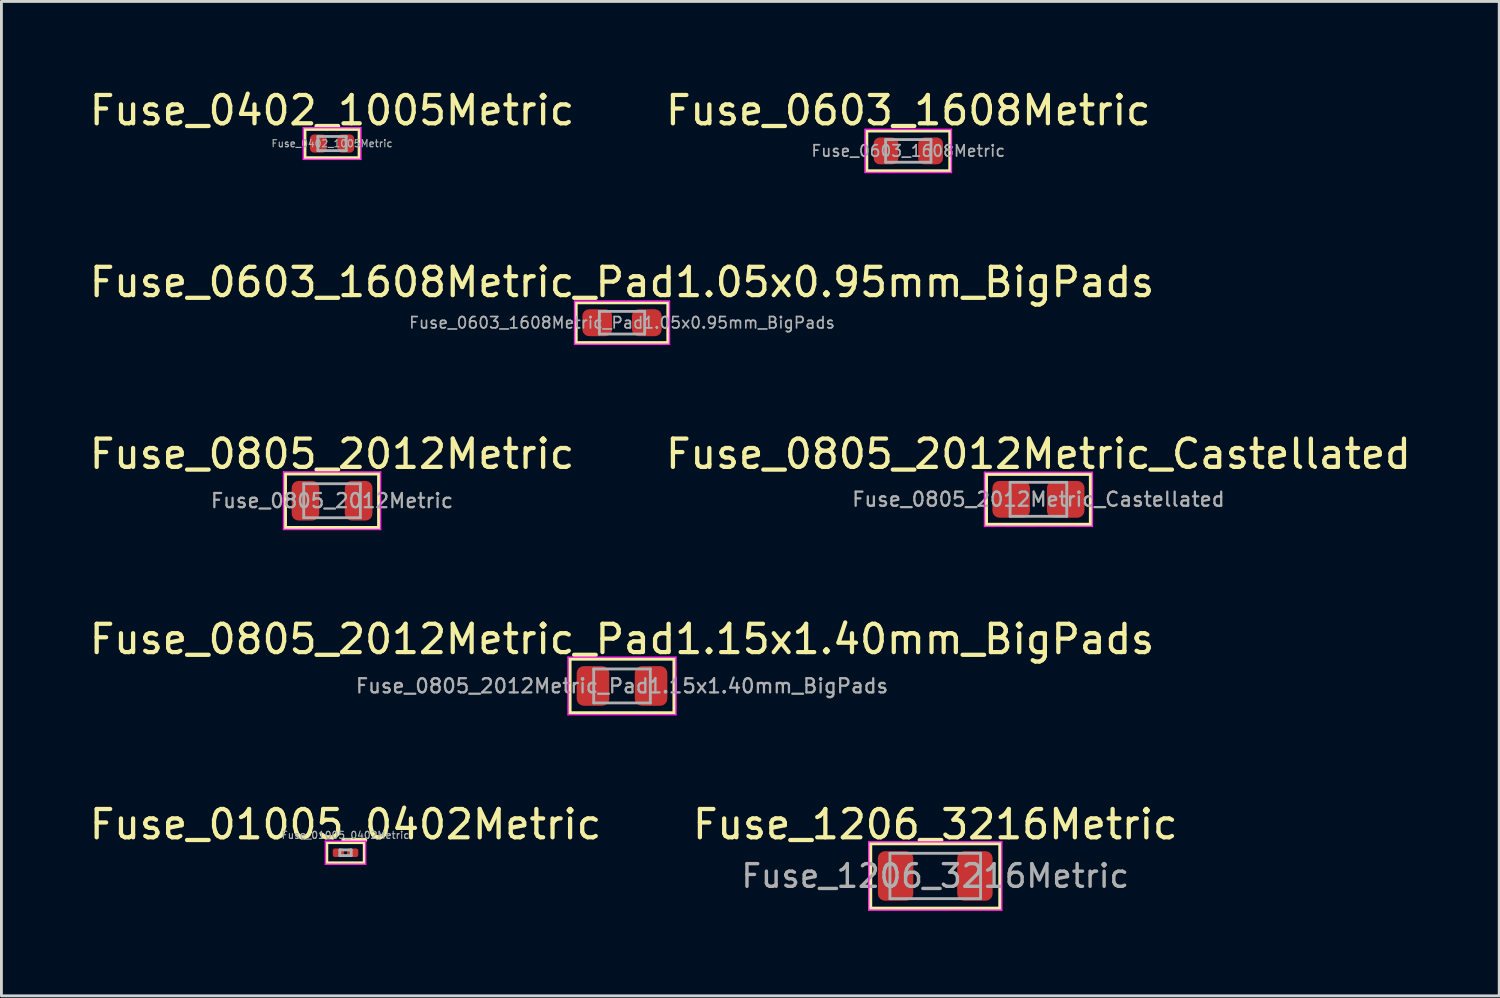
<source format=kicad_pcb>
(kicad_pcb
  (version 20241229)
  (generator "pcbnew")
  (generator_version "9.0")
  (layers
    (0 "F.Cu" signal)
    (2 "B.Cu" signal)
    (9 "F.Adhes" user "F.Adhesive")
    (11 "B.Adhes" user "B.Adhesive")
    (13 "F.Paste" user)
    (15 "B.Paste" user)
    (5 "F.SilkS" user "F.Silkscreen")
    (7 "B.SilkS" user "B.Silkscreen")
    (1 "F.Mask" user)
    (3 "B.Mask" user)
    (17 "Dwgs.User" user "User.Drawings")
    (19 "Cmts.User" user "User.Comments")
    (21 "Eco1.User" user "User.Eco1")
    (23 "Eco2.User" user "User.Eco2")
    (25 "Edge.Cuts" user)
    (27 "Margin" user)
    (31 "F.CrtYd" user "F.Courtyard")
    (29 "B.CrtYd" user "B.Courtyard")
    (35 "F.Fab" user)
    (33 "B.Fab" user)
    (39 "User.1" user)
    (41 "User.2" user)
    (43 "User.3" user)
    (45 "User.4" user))
  (footprint "Fuse_0805_2012Metric_Castellated"
    (layer "F.Cu")
    (at 33.613 14.579)
    (property "Reference" "Fuse_0805_2012Metric_Castellated" (at 0 -1.6 0) (layer "F.SilkS") (effects (font (size 1 1) (thickness 0.15))))
    (attr smd)
    (fp_line (start -1.841 -0.889) (end 1.841 -0.889) (stroke (width 0.12) (type solid)) (layer "F.SilkS"))
    (fp_line (start -1.841 0.889) (end -1.841 -0.889) (stroke (width 0.12) (type solid)) (layer "F.SilkS"))
    (fp_line (start 1.841 -0.889) (end 1.841 0.889) (stroke (width 0.12) (type solid)) (layer "F.SilkS"))
    (fp_line (start 1.841 0.889) (end -1.841 0.889) (stroke (width 0.12) (type solid)) (layer "F.SilkS"))
    (fp_line (start -1.905 -0.953) (end 1.905 -0.953) (stroke (width 0.05) (type solid)) (layer "F.CrtYd"))
    (fp_line (start -1.905 0.953) (end -1.905 -0.953) (stroke (width 0.05) (type solid)) (layer "F.CrtYd"))
    (fp_line (start 1.905 -0.953) (end 1.905 0.953) (stroke (width 0.05) (type solid)) (layer "F.CrtYd"))
    (fp_line (start 1.905 0.953) (end -1.905 0.953) (stroke (width 0.05) (type solid)) (layer "F.CrtYd"))
    (fp_line (start -1 -0.6) (end 1 -0.6) (stroke (width 0.1) (type solid)) (layer "F.Fab"))
    (fp_line (start -1 0.6) (end -1 -0.6) (stroke (width 0.1) (type solid)) (layer "F.Fab"))
    (fp_line (start 1 -0.6) (end 1 0.6) (stroke (width 0.1) (type solid)) (layer "F.Fab"))
    (fp_line (start 1 0.6) (end -1 0.6) (stroke (width 0.1) (type solid)) (layer "F.Fab"))
    (fp_text user "${REFERENCE}" (at 0 0 0) (layer "F.Fab") (effects (font (size 0.5 0.5) (thickness 0.08))))
    (pad "1" smd roundrect (at -0.963 0) (size 1.325 1.3) (layers "F.Cu" "F.Mask" "F.Paste") (roundrect_rratio 0.192))
    (pad "2" smd roundrect (at 0.963 0) (size 1.325 1.3) (layers "F.Cu" "F.Mask" "F.Paste") (roundrect_rratio 0.192)))
  (footprint "Fuse_1206_3216Metric"
    (layer "F.Cu")
    (at 29.97 27.877)
    (property "Reference" "Fuse_1206_3216Metric" (at 0 -1.82 0) (layer "F.SilkS") (effects (font (size 1 1) (thickness 0.15))))
    (attr smd)
    (fp_line (start -2.286 -1.143) (end 2.286 -1.143) (stroke (width 0.12) (type solid)) (layer "F.SilkS"))
    (fp_line (start -2.286 1.143) (end -2.286 -1.143) (stroke (width 0.12) (type solid)) (layer "F.SilkS"))
    (fp_line (start 2.286 -1.143) (end 2.286 1.143) (stroke (width 0.12) (type solid)) (layer "F.SilkS"))
    (fp_line (start 2.286 1.143) (end -2.286 1.143) (stroke (width 0.12) (type solid)) (layer "F.SilkS"))
    (fp_line (start -2.349 -1.206) (end 2.349 -1.206) (stroke (width 0.05) (type solid)) (layer "F.CrtYd"))
    (fp_line (start -2.349 1.206) (end -2.349 -1.206) (stroke (width 0.05) (type solid)) (layer "F.CrtYd"))
    (fp_line (start 2.349 -1.206) (end 2.349 1.206) (stroke (width 0.05) (type solid)) (layer "F.CrtYd"))
    (fp_line (start 2.349 1.206) (end -2.349 1.206) (stroke (width 0.05) (type solid)) (layer "F.CrtYd"))
    (fp_line (start -1.6 -0.8) (end 1.6 -0.8) (stroke (width 0.1) (type solid)) (layer "F.Fab"))
    (fp_line (start -1.6 0.8) (end -1.6 -0.8) (stroke (width 0.1) (type solid)) (layer "F.Fab"))
    (fp_line (start 1.6 -0.8) (end 1.6 0.8) (stroke (width 0.1) (type solid)) (layer "F.Fab"))
    (fp_line (start 1.6 0.8) (end -1.6 0.8) (stroke (width 0.1) (type solid)) (layer "F.Fab"))
    (fp_text user "${REFERENCE}" (at 0 0 0) (layer "F.Fab") (effects (font (size 0.8 0.8) (thickness 0.12))))
    (pad "1" smd roundrect (at -1.4 0) (size 1.25 1.75) (layers "F.Cu" "F.Mask" "F.Paste") (roundrect_rratio 0.2))
    (pad "2" smd roundrect (at 1.4 0) (size 1.25 1.75) (layers "F.Cu" "F.Mask" "F.Paste") (roundrect_rratio 0.2)))
  (footprint "Fuse_0805_2012Metric"
    (layer "F.Cu")
    (at 8.673 14.629)
    (property "Reference" "Fuse_0805_2012Metric" (at 0 -1.65 0) (layer "F.SilkS") (effects (font (size 1 1) (thickness 0.15))))
    (attr smd)
    (fp_line (start -1.651 -0.953) (end 1.651 -0.953) (stroke (width 0.12) (type solid)) (layer "F.SilkS"))
    (fp_line (start -1.651 0.953) (end -1.651 -0.953) (stroke (width 0.12) (type solid)) (layer "F.SilkS"))
    (fp_line (start 1.651 -0.953) (end 1.651 0.953) (stroke (width 0.12) (type solid)) (layer "F.SilkS"))
    (fp_line (start 1.651 0.953) (end -1.651 0.953) (stroke (width 0.12) (type solid)) (layer "F.SilkS"))
    (fp_line (start -1.714 -1.016) (end 1.714 -1.016) (stroke (width 0.05) (type solid)) (layer "F.CrtYd"))
    (fp_line (start -1.714 1.016) (end -1.714 -1.016) (stroke (width 0.05) (type solid)) (layer "F.CrtYd"))
    (fp_line (start 1.714 -1.016) (end 1.714 1.016) (stroke (width 0.05) (type solid)) (layer "F.CrtYd"))
    (fp_line (start 1.714 1.016) (end -1.714 1.016) (stroke (width 0.05) (type solid)) (layer "F.CrtYd"))
    (fp_line (start -1 -0.6) (end 1 -0.6) (stroke (width 0.1) (type solid)) (layer "F.Fab"))
    (fp_line (start -1 0.6) (end -1 -0.6) (stroke (width 0.1) (type solid)) (layer "F.Fab"))
    (fp_line (start 1 -0.6) (end 1 0.6) (stroke (width 0.1) (type solid)) (layer "F.Fab"))
    (fp_line (start 1 0.6) (end -1 0.6) (stroke (width 0.1) (type solid)) (layer "F.Fab"))
    (fp_text user "${REFERENCE}" (at 0 0 0) (layer "F.Fab") (effects (font (size 0.5 0.5) (thickness 0.08))))
    (pad "1" smd roundrect (at -0.938 0) (size 0.975 1.4) (layers "F.Cu" "F.Mask" "F.Paste") (roundrect_rratio 0.25))
    (pad "2" smd roundrect (at 0.938 0) (size 0.975 1.4) (layers "F.Cu" "F.Mask" "F.Paste") (roundrect_rratio 0.25)))
  (footprint "Fuse_0603_1608Metric"
    (layer "F.Cu")
    (at 29.018 2.278)
    (property "Reference" "Fuse_0603_1608Metric" (at 0 -1.43 0) (layer "F.SilkS") (effects (font (size 1 1) (thickness 0.15))))
    (attr smd)
    (fp_line (start -1.473 -0.711) (end 1.473 -0.711) (stroke (width 0.12) (type solid)) (layer "F.SilkS"))
    (fp_line (start -1.473 0.711) (end -1.473 -0.711) (stroke (width 0.12) (type solid)) (layer "F.SilkS"))
    (fp_line (start 1.473 -0.711) (end 1.473 0.711) (stroke (width 0.12) (type solid)) (layer "F.SilkS"))
    (fp_line (start 1.473 0.711) (end -1.473 0.711) (stroke (width 0.12) (type solid)) (layer "F.SilkS"))
    (fp_line (start -1.524 -0.762) (end 1.524 -0.762) (stroke (width 0.05) (type solid)) (layer "F.CrtYd"))
    (fp_line (start -1.524 0.762) (end -1.524 -0.762) (stroke (width 0.05) (type solid)) (layer "F.CrtYd"))
    (fp_line (start 1.524 -0.762) (end 1.524 0.762) (stroke (width 0.05) (type solid)) (layer "F.CrtYd"))
    (fp_line (start 1.524 0.762) (end -1.524 0.762) (stroke (width 0.05) (type solid)) (layer "F.CrtYd"))
    (fp_line (start -0.8 -0.4) (end 0.8 -0.4) (stroke (width 0.1) (type solid)) (layer "F.Fab"))
    (fp_line (start -0.8 0.4) (end -0.8 -0.4) (stroke (width 0.1) (type solid)) (layer "F.Fab"))
    (fp_line (start 0.8 -0.4) (end 0.8 0.4) (stroke (width 0.1) (type solid)) (layer "F.Fab"))
    (fp_line (start 0.8 0.4) (end -0.8 0.4) (stroke (width 0.1) (type solid)) (layer "F.Fab"))
    (fp_text user "${REFERENCE}" (at 0 0 0) (layer "F.Fab") (effects (font (size 0.4 0.4) (thickness 0.06))))
    (pad "1" smd roundrect (at -0.787 0) (size 0.875 0.95) (layers "F.Cu" "F.Mask" "F.Paste") (roundrect_rratio 0.25))
    (pad "2" smd roundrect (at 0.787 0) (size 0.875 0.95) (layers "F.Cu" "F.Mask" "F.Paste") (roundrect_rratio 0.25)))
  (footprint "Fuse_0603_1608Metric_Pad1.05x0.95mm_BigPads"
    (layer "F.Cu")
    (at 18.911 8.344)
    (property "Reference" "Fuse_0603_1608Metric_Pad1.05x0.95mm_BigPads" (at 0 -1.43 0) (layer "F.SilkS") (effects (font (size 1 1) (thickness 0.15))))
    (attr smd)
    (fp_line (start -1.626 -0.711) (end 1.626 -0.711) (stroke (width 0.12) (type solid)) (layer "F.SilkS"))
    (fp_line (start -1.626 0.711) (end -1.626 -0.711) (stroke (width 0.12) (type solid)) (layer "F.SilkS"))
    (fp_line (start 1.626 -0.711) (end 1.626 0.711) (stroke (width 0.12) (type solid)) (layer "F.SilkS"))
    (fp_line (start 1.626 0.711) (end -1.626 0.711) (stroke (width 0.12) (type solid)) (layer "F.SilkS"))
    (fp_line (start -1.676 -0.762) (end 1.676 -0.762) (stroke (width 0.05) (type solid)) (layer "F.CrtYd"))
    (fp_line (start -1.676 0.762) (end -1.676 -0.762) (stroke (width 0.05) (type solid)) (layer "F.CrtYd"))
    (fp_line (start 1.676 -0.762) (end 1.676 0.762) (stroke (width 0.05) (type solid)) (layer "F.CrtYd"))
    (fp_line (start 1.676 0.762) (end -1.676 0.762) (stroke (width 0.05) (type solid)) (layer "F.CrtYd"))
    (fp_line (start -0.8 -0.4) (end 0.8 -0.4) (stroke (width 0.1) (type solid)) (layer "F.Fab"))
    (fp_line (start -0.8 0.4) (end -0.8 -0.4) (stroke (width 0.1) (type solid)) (layer "F.Fab"))
    (fp_line (start 0.8 -0.4) (end 0.8 0.4) (stroke (width 0.1) (type solid)) (layer "F.Fab"))
    (fp_line (start 0.8 0.4) (end -0.8 0.4) (stroke (width 0.1) (type solid)) (layer "F.Fab"))
    (fp_text user "${REFERENCE}" (at 0 0 0) (layer "F.Fab") (effects (font (size 0.4 0.4) (thickness 0.06))))
    (pad "1" smd roundrect (at -0.875 0) (size 1.05 0.95) (layers "F.Cu" "F.Mask" "F.Paste") (roundrect_rratio 0.25))
    (pad "2" smd roundrect (at 0.875 0) (size 1.05 0.95) (layers "F.Cu" "F.Mask" "F.Paste") (roundrect_rratio 0.25)))
  (footprint "Fuse_0805_2012Metric_Pad1.15x1.40mm_BigPads"
    (layer "F.Cu")
    (at 18.911 21.168)
    (property "Reference" "Fuse_0805_2012Metric_Pad1.15x1.40mm_BigPads" (at 0 -1.65 0) (layer "F.SilkS") (effects (font (size 1 1) (thickness 0.15))))
    (attr smd)
    (fp_line (start -1.841 -0.953) (end 1.841 -0.953) (stroke (width 0.12) (type solid)) (layer "F.SilkS"))
    (fp_line (start -1.841 0.953) (end -1.841 -0.953) (stroke (width 0.12) (type solid)) (layer "F.SilkS"))
    (fp_line (start 1.841 -0.953) (end 1.841 0.953) (stroke (width 0.12) (type solid)) (layer "F.SilkS"))
    (fp_line (start 1.841 0.953) (end -1.841 0.953) (stroke (width 0.12) (type solid)) (layer "F.SilkS"))
    (fp_line (start -1.905 -1.016) (end 1.905 -1.016) (stroke (width 0.05) (type solid)) (layer "F.CrtYd"))
    (fp_line (start -1.905 1.016) (end -1.905 -1.016) (stroke (width 0.05) (type solid)) (layer "F.CrtYd"))
    (fp_line (start 1.905 -1.016) (end 1.905 1.016) (stroke (width 0.05) (type solid)) (layer "F.CrtYd"))
    (fp_line (start 1.905 1.016) (end -1.905 1.016) (stroke (width 0.05) (type solid)) (layer "F.CrtYd"))
    (fp_line (start -1 -0.6) (end 1 -0.6) (stroke (width 0.1) (type solid)) (layer "F.Fab"))
    (fp_line (start -1 0.6) (end -1 -0.6) (stroke (width 0.1) (type solid)) (layer "F.Fab"))
    (fp_line (start 1 -0.6) (end 1 0.6) (stroke (width 0.1) (type solid)) (layer "F.Fab"))
    (fp_line (start 1 0.6) (end -1 0.6) (stroke (width 0.1) (type solid)) (layer "F.Fab"))
    (fp_text user "${REFERENCE}" (at 0 0 0) (layer "F.Fab") (effects (font (size 0.5 0.5) (thickness 0.08))))
    (pad "1" smd roundrect (at -1.025 0) (size 1.15 1.4) (layers "F.Cu" "F.Mask" "F.Paste") (roundrect_rratio 0.217))
    (pad "2" smd roundrect (at 1.025 0) (size 1.15 1.4) (layers "F.Cu" "F.Mask" "F.Paste") (roundrect_rratio 0.217)))
  (footprint "Fuse_01005_0402Metric"
    (layer "F.Cu")
    (at 9.149 27.057)
    (property "Reference" "Fuse_01005_0402Metric" (at 0 -1 0) (layer "F.SilkS") (effects (font (size 1 1) (thickness 0.15))))
    (attr smd)
    (fp_line (start -0.66 -0.356) (end 0.66 -0.356) (stroke (width 0.1) (type solid)) (layer "F.SilkS"))
    (fp_line (start -0.66 0.356) (end -0.66 -0.356) (stroke (width 0.1) (type solid)) (layer "F.SilkS"))
    (fp_line (start 0.66 -0.356) (end 0.66 0.356) (stroke (width 0.1) (type solid)) (layer "F.SilkS"))
    (fp_line (start 0.66 0.356) (end -0.66 0.356) (stroke (width 0.1) (type solid)) (layer "F.SilkS"))
    (fp_line (start -0.711 -0.406) (end 0.711 -0.406) (stroke (width 0.05) (type solid)) (layer "F.CrtYd"))
    (fp_line (start -0.711 0.406) (end -0.711 -0.406) (stroke (width 0.05) (type solid)) (layer "F.CrtYd"))
    (fp_line (start 0.711 -0.406) (end 0.711 0.406) (stroke (width 0.05) (type solid)) (layer "F.CrtYd"))
    (fp_line (start 0.711 0.406) (end -0.711 0.406) (stroke (width 0.05) (type solid)) (layer "F.CrtYd"))
    (fp_line (start -0.2 -0.1) (end 0.2 -0.1) (stroke (width 0.1) (type solid)) (layer "F.Fab"))
    (fp_line (start -0.2 0.1) (end -0.2 -0.1) (stroke (width 0.1) (type solid)) (layer "F.Fab"))
    (fp_line (start 0.2 -0.1) (end 0.2 0.1) (stroke (width 0.1) (type solid)) (layer "F.Fab"))
    (fp_line (start 0.2 0.1) (end -0.2 0.1) (stroke (width 0.1) (type solid)) (layer "F.Fab"))
    (fp_text user "${REFERENCE}" (at 0 -0.62 0) (layer "F.Fab") (effects (font (size 0.25 0.25) (thickness 0.04))))
    (pad "" smd roundrect (at -0.275 0) (size 0.27 0.27) (layers "F.Paste") (roundrect_rratio 0.25))
    (pad "" smd roundrect (at 0.275 0) (size 0.27 0.27) (layers "F.Paste") (roundrect_rratio 0.25))
    (pad "1" smd roundrect (at -0.25 0) (size 0.4 0.3) (layers "F.Cu" "F.Mask") (roundrect_rratio 0.25))
    (pad "2" smd roundrect (at 0.25 0) (size 0.4 0.3) (layers "F.Cu" "F.Mask") (roundrect_rratio 0.25)))
  (footprint "Fuse_0402_1005Metric"
    (layer "F.Cu")
    (at 8.673 2.018)
    (property "Reference" "Fuse_0402_1005Metric" (at 0 -1.17 0) (layer "F.SilkS") (effects (font (size 1 1) (thickness 0.15))))
    (attr smd)
    (fp_line (start -0.965 -0.508) (end 0.965 -0.508) (stroke (width 0.12) (type solid)) (layer "F.SilkS"))
    (fp_line (start -0.965 0.508) (end -0.965 -0.508) (stroke (width 0.12) (type solid)) (layer "F.SilkS"))
    (fp_line (start 0.965 -0.508) (end 0.965 0.508) (stroke (width 0.12) (type solid)) (layer "F.SilkS"))
    (fp_line (start 0.965 0.508) (end -0.965 0.508) (stroke (width 0.12) (type solid)) (layer "F.SilkS"))
    (fp_line (start -1.016 -0.559) (end 1.016 -0.559) (stroke (width 0.05) (type solid)) (layer "F.CrtYd"))
    (fp_line (start -1.016 0.559) (end -1.016 -0.559) (stroke (width 0.05) (type solid)) (layer "F.CrtYd"))
    (fp_line (start 1.016 -0.559) (end 1.016 0.559) (stroke (width 0.05) (type solid)) (layer "F.CrtYd"))
    (fp_line (start 1.016 0.559) (end -1.016 0.559) (stroke (width 0.05) (type solid)) (layer "F.CrtYd"))
    (fp_line (start -0.5 -0.25) (end 0.5 -0.25) (stroke (width 0.1) (type solid)) (layer "F.Fab"))
    (fp_line (start -0.5 0.25) (end -0.5 -0.25) (stroke (width 0.1) (type solid)) (layer "F.Fab"))
    (fp_line (start 0.5 -0.25) (end 0.5 0.25) (stroke (width 0.1) (type solid)) (layer "F.Fab"))
    (fp_line (start 0.5 0.25) (end -0.5 0.25) (stroke (width 0.1) (type solid)) (layer "F.Fab"))
    (fp_text user "${REFERENCE}" (at 0 0 0) (layer "F.Fab") (effects (font (size 0.25 0.25) (thickness 0.04))))
    (pad "1" smd roundrect (at -0.485 0) (size 0.59 0.64) (layers "F.Cu" "F.Mask" "F.Paste") (roundrect_rratio 0.25))
    (pad "2" smd roundrect (at 0.485 0) (size 0.59 0.64) (layers "F.Cu" "F.Mask" "F.Paste") (roundrect_rratio 0.25)))
  (gr_rect
    (start -3 -3)
    (end 49.881 32.109)
    (stroke (width 0.1) (type default))
    (fill no)
    (layer "Edge.Cuts")))
</source>
